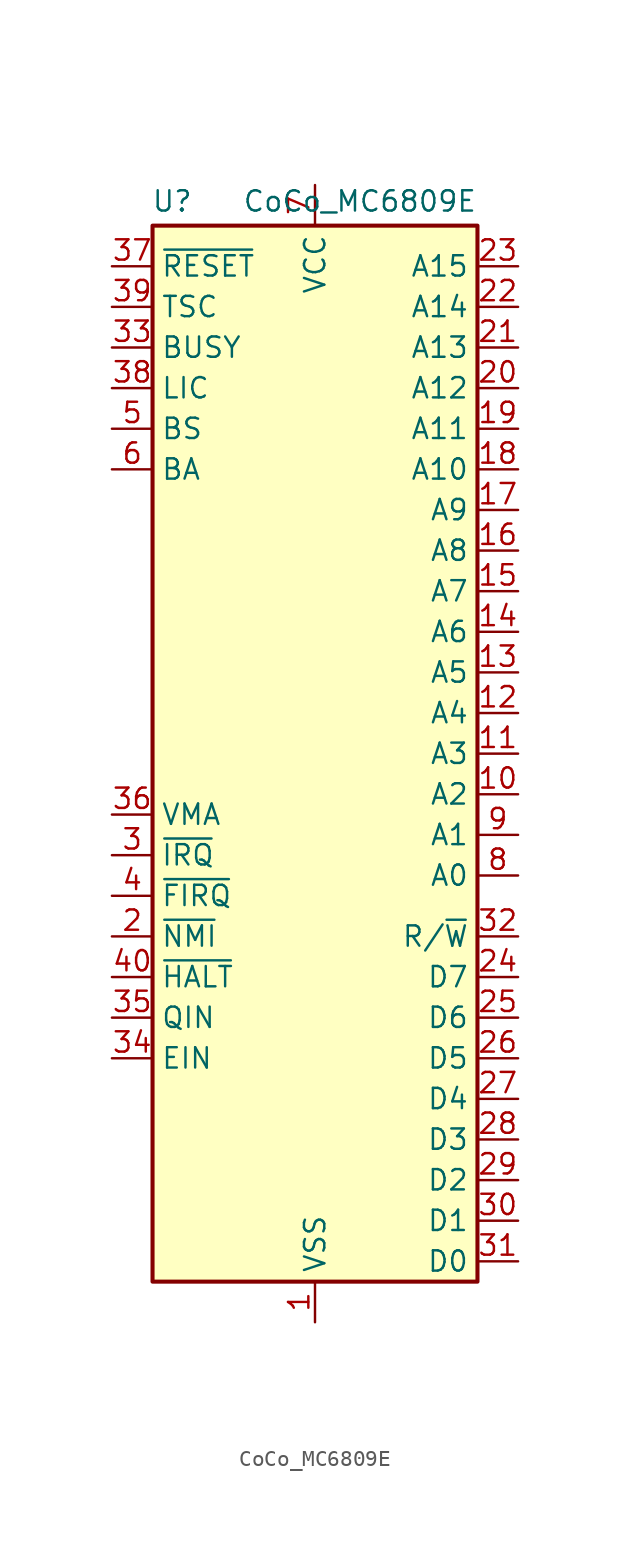
<source format=kicad_sym>
(kicad_symbol_lib
  (version 20211014)
  (generator kicad_symbol_editor)
  (symbol "CoCo_MC6809E"
    (property "Reference" "U"
      (at -7.62 34.544 0)
      (effects (font (size 1.27 1.27)) (justify right)))
    (property "Value" "CoCo_MC6809E"
      (at 10.16 34.544 0)
      (effects (font (size 1.27 1.27)) (justify right)))
    (symbol "CoCo_MC6809E_0_1"
      (rectangle (start -10.16 -33.02) (end 10.16 33.02) (stroke (width 0.254) (type default) (color 0 0 0 0)) (fill (type background))))
    (symbol "CoCo_MC6809E_1_1"
      (pin power_in line (at 0 -35.56 90) (length 2.54) (name "VSS" (effects (font (size 1.27 1.27)))) (number "1" (effects (font (size 1.27 1.27)))))
      (pin output line (at 12.7 -2.54 180) (length 2.54) (name "A2" (effects (font (size 1.27 1.27)))) (number "10" (effects (font (size 1.27 1.27)))))
      (pin output line (at 12.7 0 180) (length 2.54) (name "A3" (effects (font (size 1.27 1.27)))) (number "11" (effects (font (size 1.27 1.27)))))
      (pin output line (at 12.7 2.54 180) (length 2.54) (name "A4" (effects (font (size 1.27 1.27)))) (number "12" (effects (font (size 1.27 1.27)))))
      (pin output line (at 12.7 5.08 180) (length 2.54) (name "A5" (effects (font (size 1.27 1.27)))) (number "13" (effects (font (size 1.27 1.27)))))
      (pin output line (at 12.7 7.62 180) (length 2.54) (name "A6" (effects (font (size 1.27 1.27)))) (number "14" (effects (font (size 1.27 1.27)))))
      (pin output line (at 12.7 10.16 180) (length 2.54) (name "A7" (effects (font (size 1.27 1.27)))) (number "15" (effects (font (size 1.27 1.27)))))
      (pin output line (at 12.7 12.7 180) (length 2.54) (name "A8" (effects (font (size 1.27 1.27)))) (number "16" (effects (font (size 1.27 1.27)))))
      (pin output line (at 12.7 15.24 180) (length 2.54) (name "A9" (effects (font (size 1.27 1.27)))) (number "17" (effects (font (size 1.27 1.27)))))
      (pin output line (at 12.7 17.78 180) (length 2.54) (name "A10" (effects (font (size 1.27 1.27)))) (number "18" (effects (font (size 1.27 1.27)))))
      (pin output line (at 12.7 20.32 180) (length 2.54) (name "A11" (effects (font (size 1.27 1.27)))) (number "19" (effects (font (size 1.27 1.27)))))
      (pin input line (at -12.7 -11.43 0) (length 2.54) (name "~{NMI}" (effects (font (size 1.27 1.27)))) (number "2" (effects (font (size 1.27 1.27)))))
      (pin output line (at 12.7 22.86 180) (length 2.54) (name "A12" (effects (font (size 1.27 1.27)))) (number "20" (effects (font (size 1.27 1.27)))))
      (pin output line (at 12.7 25.4 180) (length 2.54) (name "A13" (effects (font (size 1.27 1.27)))) (number "21" (effects (font (size 1.27 1.27)))))
      (pin output line (at 12.7 27.94 180) (length 2.54) (name "A14" (effects (font (size 1.27 1.27)))) (number "22" (effects (font (size 1.27 1.27)))))
      (pin output line (at 12.7 30.48 180) (length 2.54) (name "A15" (effects (font (size 1.27 1.27)))) (number "23" (effects (font (size 1.27 1.27)))))
      (pin bidirectional line (at 12.7 -13.97 180) (length 2.54) (name "D7" (effects (font (size 1.27 1.27)))) (number "24" (effects (font (size 1.27 1.27)))))
      (pin bidirectional line (at 12.7 -16.51 180) (length 2.54) (name "D6" (effects (font (size 1.27 1.27)))) (number "25" (effects (font (size 1.27 1.27)))))
      (pin bidirectional line (at 12.7 -19.05 180) (length 2.54) (name "D5" (effects (font (size 1.27 1.27)))) (number "26" (effects (font (size 1.27 1.27)))))
      (pin bidirectional line (at 12.7 -21.59 180) (length 2.54) (name "D4" (effects (font (size 1.27 1.27)))) (number "27" (effects (font (size 1.27 1.27)))))
      (pin bidirectional line (at 12.7 -24.13 180) (length 2.54) (name "D3" (effects (font (size 1.27 1.27)))) (number "28" (effects (font (size 1.27 1.27)))))
      (pin bidirectional line (at 12.7 -26.67 180) (length 2.54) (name "D2" (effects (font (size 1.27 1.27)))) (number "29" (effects (font (size 1.27 1.27)))))
      (pin input line (at -12.7 -6.35 0) (length 2.54) (name "~{IRQ}" (effects (font (size 1.27 1.27)))) (number "3" (effects (font (size 1.27 1.27)))))
      (pin bidirectional line (at 12.7 -29.21 180) (length 2.54) (name "D1" (effects (font (size 1.27 1.27)))) (number "30" (effects (font (size 1.27 1.27)))))
      (pin bidirectional line (at 12.7 -31.75 180) (length 2.54) (name "D0" (effects (font (size 1.27 1.27)))) (number "31" (effects (font (size 1.27 1.27)))))
      (pin output line (at 12.7 -11.43 180) (length 2.54) (name "R/~{W}" (effects (font (size 1.27 1.27)))) (number "32" (effects (font (size 1.27 1.27)))))
      (pin output line (at -12.7 25.4 0) (length 2.54) (name "BUSY" (effects (font (size 1.27 1.27)))) (number "33" (effects (font (size 1.27 1.27)))))
      (pin input line (at -12.7 -19.05 0) (length 2.54) (name "EIN" (effects (font (size 1.27 1.27)))) (number "34" (effects (font (size 1.27 1.27)))))
      (pin input line (at -12.7 -16.51 0) (length 2.54) (name "QIN" (effects (font (size 1.27 1.27)))) (number "35" (effects (font (size 1.27 1.27)))))
      (pin output line (at -12.7 -3.81 0) (length 2.54) (name "VMA" (effects (font (size 1.27 1.27)))) (number "36" (effects (font (size 1.27 1.27)))))
      (pin input line (at -12.7 30.48 0) (length 2.54) (name "~{RESET}" (effects (font (size 1.27 1.27)))) (number "37" (effects (font (size 1.27 1.27)))))
      (pin output line (at -12.7 22.86 0) (length 2.54) (name "LIC" (effects (font (size 1.27 1.27)))) (number "38" (effects (font (size 1.27 1.27)))))
      (pin output line (at -12.7 27.94 0) (length 2.54) (name "TSC" (effects (font (size 1.27 1.27)))) (number "39" (effects (font (size 1.27 1.27)))))
      (pin input line (at -12.7 -8.89 0) (length 2.54) (name "~{FIRQ}" (effects (font (size 1.27 1.27)))) (number "4" (effects (font (size 1.27 1.27)))))
      (pin input line (at -12.7 -13.97 0) (length 2.54) (name "~{HALT}" (effects (font (size 1.27 1.27)))) (number "40" (effects (font (size 1.27 1.27)))))
      (pin output line (at -12.7 20.32 0) (length 2.54) (name "BS" (effects (font (size 1.27 1.27)))) (number "5" (effects (font (size 1.27 1.27)))))
      (pin output line (at -12.7 17.78 0) (length 2.54) (name "BA" (effects (font (size 1.27 1.27)))) (number "6" (effects (font (size 1.27 1.27)))))
      (pin power_in line (at 0 35.56 270) (length 2.54) (name "VCC" (effects (font (size 1.27 1.27)))) (number "7" (effects (font (size 1.27 1.27)))))
      (pin output line (at 12.7 -7.62 180) (length 2.54) (name "A0" (effects (font (size 1.27 1.27)))) (number "8" (effects (font (size 1.27 1.27)))))
      (pin output line (at 12.7 -5.08 180) (length 2.54) (name "A1" (effects (font (size 1.27 1.27)))) (number "9" (effects (font (size 1.27 1.27))))))))
</source>
